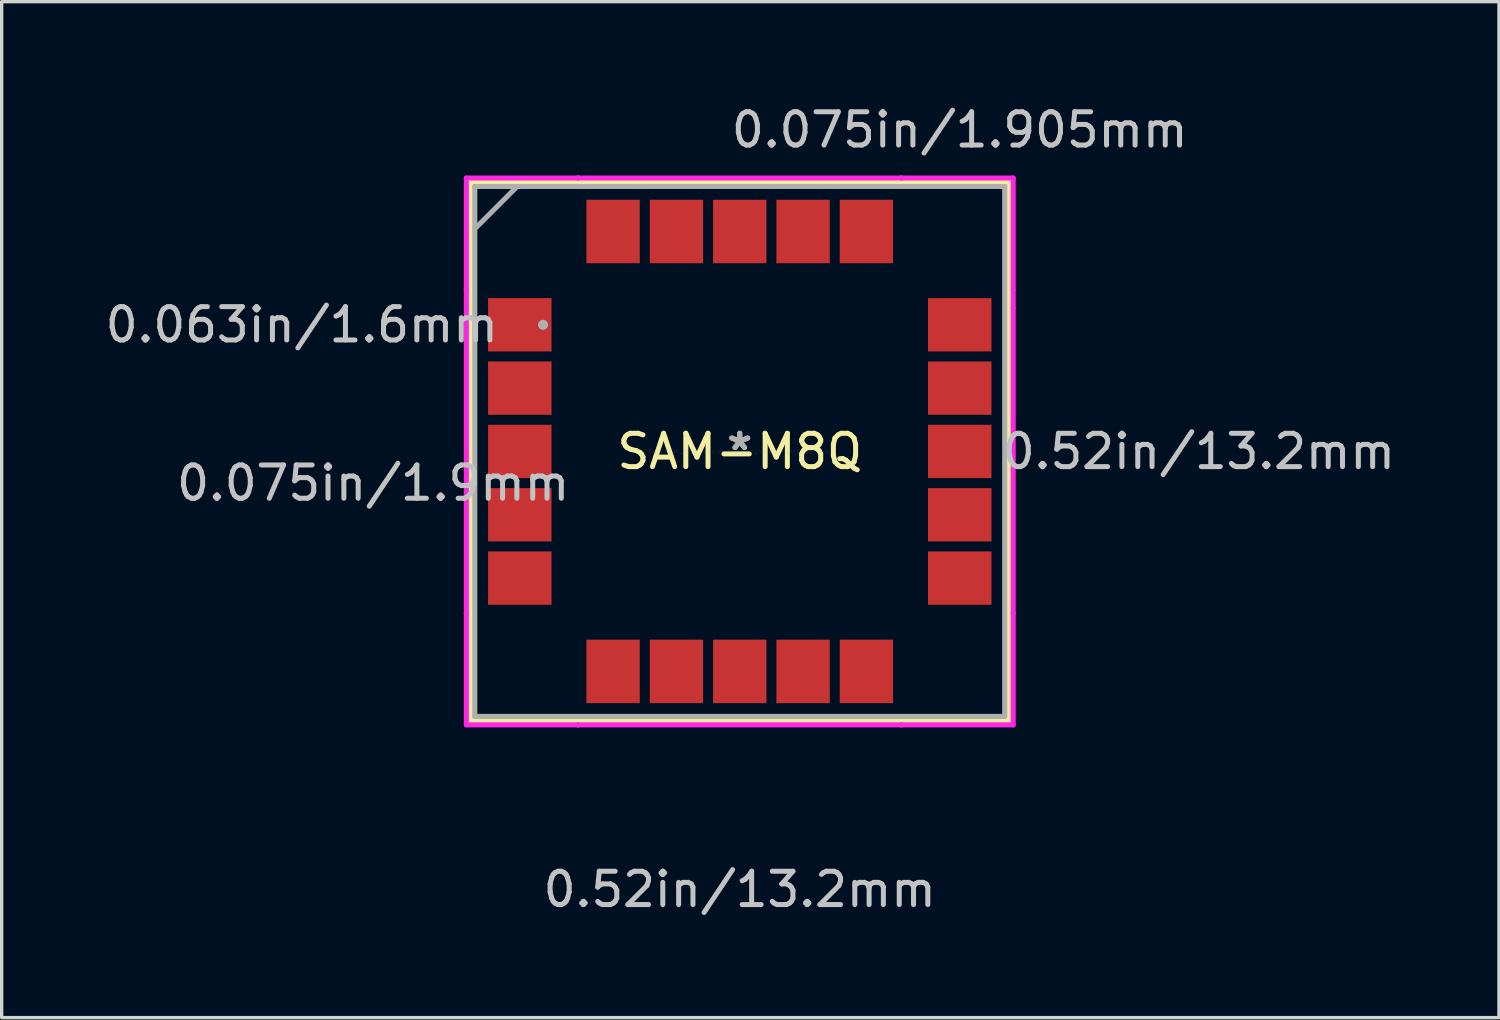
<source format=kicad_pcb>
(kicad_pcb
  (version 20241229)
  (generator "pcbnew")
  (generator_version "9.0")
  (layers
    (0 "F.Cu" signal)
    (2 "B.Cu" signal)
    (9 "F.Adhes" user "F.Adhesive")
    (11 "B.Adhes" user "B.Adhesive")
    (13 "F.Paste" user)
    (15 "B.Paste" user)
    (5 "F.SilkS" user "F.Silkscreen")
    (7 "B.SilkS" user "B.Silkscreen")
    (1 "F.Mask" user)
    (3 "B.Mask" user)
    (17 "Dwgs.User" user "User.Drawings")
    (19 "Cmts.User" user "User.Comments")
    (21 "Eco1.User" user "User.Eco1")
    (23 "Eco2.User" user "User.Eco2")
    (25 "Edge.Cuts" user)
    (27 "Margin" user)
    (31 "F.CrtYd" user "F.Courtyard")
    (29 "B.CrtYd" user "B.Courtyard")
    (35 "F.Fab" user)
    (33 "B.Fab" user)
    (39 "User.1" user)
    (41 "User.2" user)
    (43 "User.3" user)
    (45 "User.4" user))
  (footprint "SAM-M8Q"
    (layer "F.Cu")
    (at 19.147 10.496)
    (property "Reference" "SAM-M8Q" (at 0 0 0) (layer "F.SilkS") (effects (font (size 1 1) (thickness 0.15))))
    (attr through_hole)
    (fp_line (start -8.077 -8.077) (end -8.077 8.077) (stroke (width 0.152) (type solid)) (layer "F.SilkS"))
    (fp_line (start -8.077 8.077) (end 8.077 8.077) (stroke (width 0.152) (type solid)) (layer "F.SilkS"))
    (fp_line (start 8.077 -8.077) (end -8.077 -8.077) (stroke (width 0.152) (type solid)) (layer "F.SilkS"))
    (fp_line (start 8.077 8.077) (end 8.077 -8.077) (stroke (width 0.152) (type solid)) (layer "F.SilkS"))
    (fp_line (start -8.204 -8.204) (end -4.854 -8.204) (stroke (width 0.152) (type solid)) (layer "F.CrtYd"))
    (fp_line (start -8.204 -4.854) (end -8.204 -8.204) (stroke (width 0.152) (type solid)) (layer "F.CrtYd"))
    (fp_line (start -8.204 -4.854) (end -8.204 -4.854) (stroke (width 0.152) (type solid)) (layer "F.CrtYd"))
    (fp_line (start -8.204 4.854) (end -8.204 -4.854) (stroke (width 0.152) (type solid)) (layer "F.CrtYd"))
    (fp_line (start -8.204 4.854) (end -8.204 4.854) (stroke (width 0.152) (type solid)) (layer "F.CrtYd"))
    (fp_line (start -8.204 8.204) (end -8.204 4.854) (stroke (width 0.152) (type solid)) (layer "F.CrtYd"))
    (fp_line (start -4.854 -8.204) (end -4.854 -8.204) (stroke (width 0.152) (type solid)) (layer "F.CrtYd"))
    (fp_line (start -4.854 -8.204) (end 4.854 -8.204) (stroke (width 0.152) (type solid)) (layer "F.CrtYd"))
    (fp_line (start -4.854 8.204) (end -8.204 8.204) (stroke (width 0.152) (type solid)) (layer "F.CrtYd"))
    (fp_line (start -4.854 8.204) (end -4.854 8.204) (stroke (width 0.152) (type solid)) (layer "F.CrtYd"))
    (fp_line (start 4.854 -8.204) (end 4.854 -8.204) (stroke (width 0.152) (type solid)) (layer "F.CrtYd"))
    (fp_line (start 4.854 -8.204) (end 8.204 -8.204) (stroke (width 0.152) (type solid)) (layer "F.CrtYd"))
    (fp_line (start 4.854 8.204) (end -4.854 8.204) (stroke (width 0.152) (type solid)) (layer "F.CrtYd"))
    (fp_line (start 4.854 8.204) (end 4.854 8.204) (stroke (width 0.152) (type solid)) (layer "F.CrtYd"))
    (fp_line (start 8.204 -8.204) (end 8.204 -4.854) (stroke (width 0.152) (type solid)) (layer "F.CrtYd"))
    (fp_line (start 8.204 -4.854) (end 8.204 -4.308) (stroke (width 0.152) (type solid)) (layer "F.CrtYd"))
    (fp_line (start 8.204 -4.308) (end 8.204 4.854) (stroke (width 0.152) (type solid)) (layer "F.CrtYd"))
    (fp_line (start 8.204 4.854) (end 8.204 4.854) (stroke (width 0.152) (type solid)) (layer "F.CrtYd"))
    (fp_line (start 8.204 4.854) (end 8.204 8.204) (stroke (width 0.152) (type solid)) (layer "F.CrtYd"))
    (fp_line (start 8.204 8.204) (end 4.854 8.204) (stroke (width 0.152) (type solid)) (layer "F.CrtYd"))
    (fp_line (start -7.95 -7.95) (end -7.95 7.95) (stroke (width 0.152) (type solid)) (layer "F.Fab"))
    (fp_line (start -7.95 -6.68) (end -6.68 -7.95) (stroke (width 0.152) (type solid)) (layer "F.Fab"))
    (fp_line (start -7.95 7.95) (end 7.95 7.95) (stroke (width 0.152) (type solid)) (layer "F.Fab"))
    (fp_line (start 7.95 -7.95) (end -7.95 -7.95) (stroke (width 0.152) (type solid)) (layer "F.Fab"))
    (fp_line (start 7.95 7.95) (end 7.95 -7.95) (stroke (width 0.152) (type solid)) (layer "F.Fab"))
    (fp_circle (center -5.902 -3.8) (end -5.902 -3.8) (stroke (width 0.152) (type solid)) (fill no) (layer "F.Fab"))
    (fp_text user "*" (at 0 0 0) (layer "F.SilkS") (effects (font (size 1 1) (thickness 0.15))))
    (fp_text user "0.52in/13.2mm" (at 13.776 0 0) (layer "Dwgs.User") (effects (font (size 1 1) (thickness 0.15))))
    (fp_text user "0.52in/13.2mm" (at 0 13.141 0) (layer "Dwgs.User") (effects (font (size 1 1) (thickness 0.15))))
    (fp_text user "0.063in/1.6mm" (at -13.141 -3.8 0) (layer "Dwgs.User") (effects (font (size 1 1) (thickness 0.15))))
    (fp_text user "0.075in/1.9mm" (at -10.998 0.95 0) (layer "Dwgs.User") (effects (font (size 1 1) (thickness 0.15))))
    (fp_text user "0.075in/1.905mm" (at 6.6 -9.648 0) (layer "Dwgs.User") (effects (font (size 1 1) (thickness 0.15))))
    (fp_text user "Copyright 2016 Accelerated Designs. All rights reserved." (at 0 0 0) (layer "Cmts.User") (effects (font (size 0.127 0.127) (thickness 0.002))))
    (fp_text user "*" (at 0 0 0) (layer "F.Fab") (effects (font (size 1 1) (thickness 0.15))))
    (pad "1" smd rect (at -6.6 -3.8) (size 1.905 1.6) (layers "F.Cu" "F.Mask" "F.Paste"))
    (pad "2" smd rect (at -6.6 -1.9) (size 1.905 1.6) (layers "F.Cu" "F.Mask" "F.Paste"))
    (pad "3" smd rect (at -6.6 0) (size 1.905 1.6) (layers "F.Cu" "F.Mask" "F.Paste"))
    (pad "4" smd rect (at -6.6 1.9) (size 1.905 1.6) (layers "F.Cu" "F.Mask" "F.Paste"))
    (pad "5" smd rect (at -6.6 3.8) (size 1.905 1.6) (layers "F.Cu" "F.Mask" "F.Paste"))
    (pad "6" smd rect (at -3.8 6.6 90) (size 1.905 1.6) (layers "F.Cu" "F.Mask" "F.Paste"))
    (pad "7" smd rect (at -1.9 6.6 90) (size 1.905 1.6) (layers "F.Cu" "F.Mask" "F.Paste"))
    (pad "8" smd rect (at 0 6.6 90) (size 1.905 1.6) (layers "F.Cu" "F.Mask" "F.Paste"))
    (pad "9" smd rect (at 1.9 6.6 90) (size 1.905 1.6) (layers "F.Cu" "F.Mask" "F.Paste"))
    (pad "10" smd rect (at 3.8 6.6 90) (size 1.905 1.6) (layers "F.Cu" "F.Mask" "F.Paste"))
    (pad "11" smd rect (at 6.6 3.8) (size 1.905 1.6) (layers "F.Cu" "F.Mask" "F.Paste"))
    (pad "12" smd rect (at 6.6 1.9) (size 1.905 1.6) (layers "F.Cu" "F.Mask" "F.Paste"))
    (pad "13" smd rect (at 6.6 0) (size 1.905 1.6) (layers "F.Cu" "F.Mask" "F.Paste"))
    (pad "14" smd rect (at 6.6 -1.9) (size 1.905 1.6) (layers "F.Cu" "F.Mask" "F.Paste"))
    (pad "15" smd rect (at 6.6 -3.8) (size 1.905 1.6) (layers "F.Cu" "F.Mask" "F.Paste"))
    (pad "16" smd rect (at 3.8 -6.6 90) (size 1.905 1.6) (layers "F.Cu" "F.Mask" "F.Paste"))
    (pad "17" smd rect (at 1.9 -6.6 90) (size 1.905 1.6) (layers "F.Cu" "F.Mask" "F.Paste"))
    (pad "18" smd rect (at 0 -6.6 90) (size 1.905 1.6) (layers "F.Cu" "F.Mask" "F.Paste"))
    (pad "19" smd rect (at -1.9 -6.6 90) (size 1.905 1.6) (layers "F.Cu" "F.Mask" "F.Paste"))
    (pad "20" smd rect (at -3.8 -6.6 90) (size 1.905 1.6) (layers "F.Cu" "F.Mask" "F.Paste")))
  (gr_rect
    (start -3 -3)
    (end 41.928 27.485)
    (stroke (width 0.1) (type default))
    (fill no)
    (layer "Edge.Cuts")))
</source>
